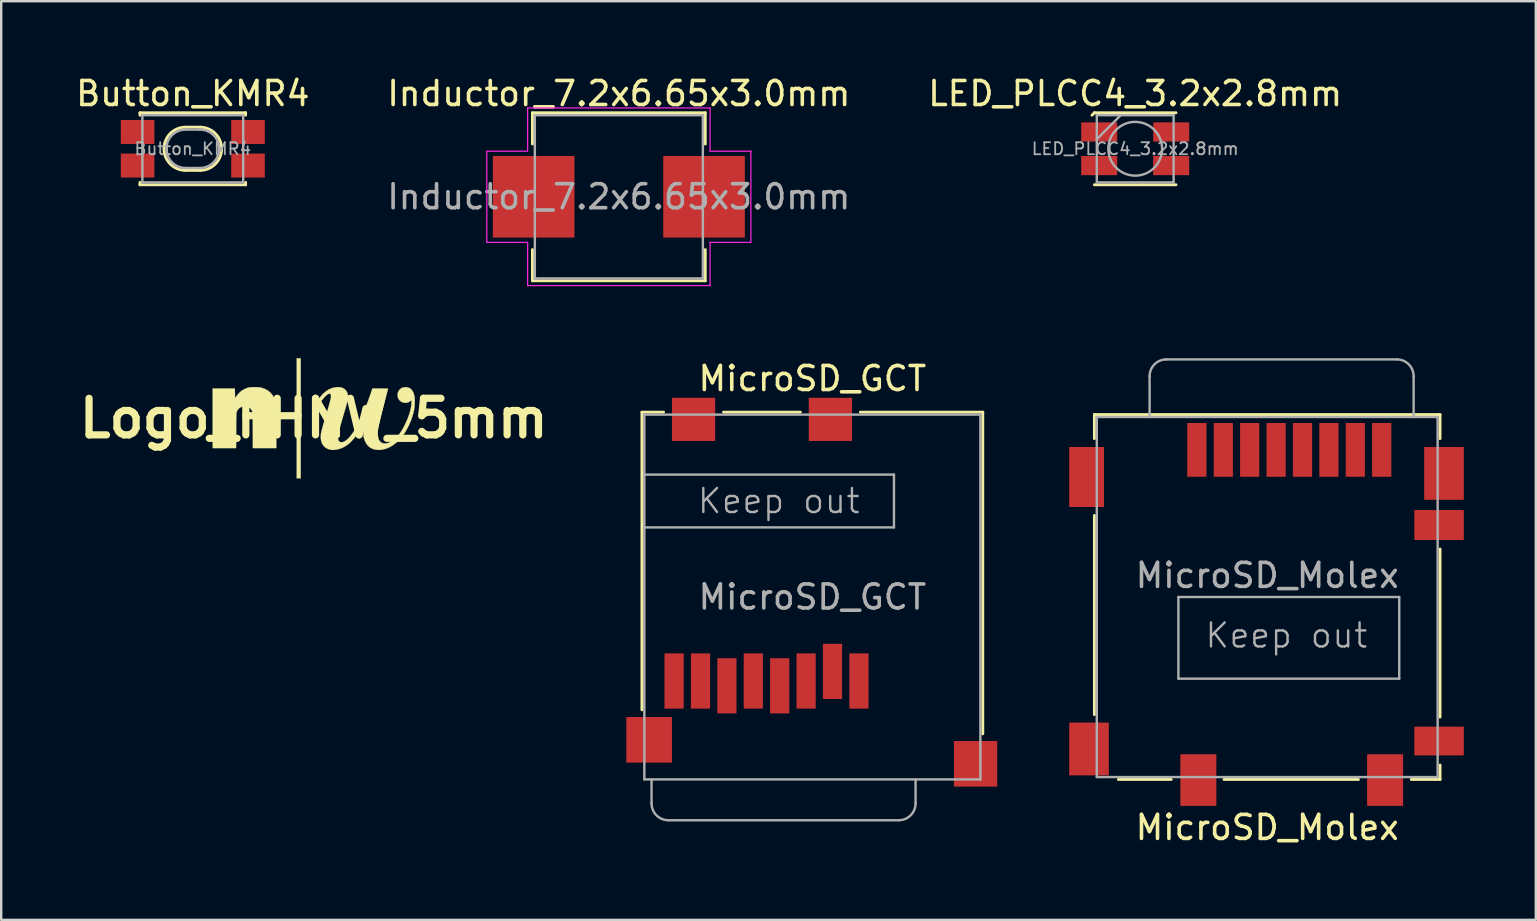
<source format=kicad_pcb>
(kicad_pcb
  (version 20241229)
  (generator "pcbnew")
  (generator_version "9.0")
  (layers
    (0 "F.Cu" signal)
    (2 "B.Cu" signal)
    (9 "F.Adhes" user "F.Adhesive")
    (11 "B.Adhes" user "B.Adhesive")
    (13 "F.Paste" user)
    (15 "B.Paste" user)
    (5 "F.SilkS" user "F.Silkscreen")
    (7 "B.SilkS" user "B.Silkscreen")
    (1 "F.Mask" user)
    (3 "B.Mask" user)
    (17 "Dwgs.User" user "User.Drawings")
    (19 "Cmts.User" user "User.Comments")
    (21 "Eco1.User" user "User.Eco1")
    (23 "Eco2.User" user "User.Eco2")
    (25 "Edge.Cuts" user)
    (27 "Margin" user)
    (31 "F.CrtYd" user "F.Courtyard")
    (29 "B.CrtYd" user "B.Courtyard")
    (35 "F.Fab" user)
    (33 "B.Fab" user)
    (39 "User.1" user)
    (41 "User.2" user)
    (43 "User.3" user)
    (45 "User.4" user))
  (footprint "Button_KMR4"
    (layer "F.Cu")
    (at 4.982 3.148)
    (property "Reference" "Button_KMR4" (at 0 -2.3 0) (layer "F.SilkS") (effects (font (size 1 1) (thickness 0.15))))
    (attr through_hole)
    (fp_line (start -2.2 -1.5) (end 2.2 -1.5) (stroke (width 0.12) (type solid)) (layer "F.SilkS"))
    (fp_line (start -2.2 -1.4) (end -2.2 -1.5) (stroke (width 0.12) (type solid)) (layer "F.SilkS"))
    (fp_line (start -2.2 1.4) (end -2.2 1.5) (stroke (width 0.12) (type solid)) (layer "F.SilkS"))
    (fp_line (start -2.2 1.5) (end 2.2 1.5) (stroke (width 0.12) (type solid)) (layer "F.SilkS"))
    (fp_line (start -0.3 -0.9) (end 0.3 -0.9) (stroke (width 0.12) (type solid)) (layer "F.SilkS"))
    (fp_line (start -0.3 0.9) (end 0.3 0.9) (stroke (width 0.12) (type solid)) (layer "F.SilkS"))
    (fp_line (start 2.2 -1.5) (end 2.2 -1.4) (stroke (width 0.12) (type solid)) (layer "F.SilkS"))
    (fp_line (start 2.2 1.5) (end 2.2 1.4) (stroke (width 0.12) (type solid)) (layer "F.SilkS"))
    (fp_arc (start -0.3 0.9) (mid -1.2 0) (end -0.3 -0.9) (stroke (width 0.12) (type solid)) (layer "F.SilkS"))
    (fp_arc (start 0.3 -0.9) (mid 1.2 0) (end 0.3 0.9) (stroke (width 0.12) (type solid)) (layer "F.SilkS"))
    (fp_line (start -2.1 -1.4) (end 2.1 -1.4) (stroke (width 0.1) (type solid)) (layer "F.Fab"))
    (fp_line (start -2.1 1.4) (end -2.1 -1.4) (stroke (width 0.1) (type solid)) (layer "F.Fab"))
    (fp_line (start -0.3 0.8) (end 0.3 0.8) (stroke (width 0.1) (type solid)) (layer "F.Fab"))
    (fp_line (start 0.3 -0.8) (end -0.3 -0.8) (stroke (width 0.1) (type solid)) (layer "F.Fab"))
    (fp_line (start 2.1 -1.4) (end 2.1 1.4) (stroke (width 0.1) (type solid)) (layer "F.Fab"))
    (fp_line (start 2.1 1.4) (end -2.1 1.4) (stroke (width 0.1) (type solid)) (layer "F.Fab"))
    (fp_arc (start -0.3 0.8) (mid -1.1 0) (end -0.3 -0.8) (stroke (width 0.1) (type solid)) (layer "F.Fab"))
    (fp_arc (start 0.3 -0.8) (mid 1.1 0) (end 0.3 0.8) (stroke (width 0.1) (type solid)) (layer "F.Fab"))
    (fp_text user "${REFERENCE}" (at 0 0 0) (layer "F.Fab") (effects (font (size 0.5 0.5) (thickness 0.075))))
    (pad "1" smd rect (at -2.3 -0.7) (size 1.4 1) (layers "F.Cu" "F.Mask" "F.Paste"))
    (pad "1" smd rect (at 2.3 -0.7) (size 1.4 1) (layers "F.Cu" "F.Mask" "F.Paste"))
    (pad "2" smd rect (at -2.3 0.7) (size 1.4 1) (layers "F.Cu" "F.Mask" "F.Paste"))
    (pad "2" smd rect (at 2.3 0.7) (size 1.4 1) (layers "F.Cu" "F.Mask" "F.Paste")))
  (footprint "MicroSD_GCT"
    (layer "F.Cu")
    (at 30.794 21.822)
    (property "Reference" "MicroSD_GCT" (at 0 -9.1 0) (layer "F.SilkS") (effects (font (size 1 1) (thickness 0.15))))
    (attr through_hole)
    (fp_line (start -7.1 -7.7) (end -6.2 -7.7) (stroke (width 0.12) (type solid)) (layer "F.SilkS"))
    (fp_line (start -7.1 4.7) (end -7.1 -7.7) (stroke (width 0.12) (type solid)) (layer "F.SilkS"))
    (fp_line (start -3.7 -7.7) (end -0.5 -7.7) (stroke (width 0.12) (type solid)) (layer "F.SilkS"))
    (fp_line (start 2 -7.7) (end 7.1 -7.7) (stroke (width 0.12) (type solid)) (layer "F.SilkS"))
    (fp_line (start 7.1 -7.7) (end 7.1 5.7) (stroke (width 0.12) (type solid)) (layer "F.SilkS"))
    (fp_line (start -7 -7.6) (end 7 -7.6) (stroke (width 0.1) (type solid)) (layer "F.Fab"))
    (fp_line (start -7 -5.1) (end 3.4 -5.1) (stroke (width 0.1) (type solid)) (layer "F.Fab"))
    (fp_line (start -7 7.6) (end -7 -7.6) (stroke (width 0.1) (type solid)) (layer "F.Fab"))
    (fp_line (start -6.7 7.6) (end -6.7 8.6) (stroke (width 0.1) (type solid)) (layer "F.Fab"))
    (fp_line (start -6 9.3) (end 3.6 9.3) (stroke (width 0.1) (type solid)) (layer "F.Fab"))
    (fp_line (start 3.4 -5.1) (end 3.4 -2.9) (stroke (width 0.1) (type solid)) (layer "F.Fab"))
    (fp_line (start 3.4 -2.9) (end -7 -2.9) (stroke (width 0.1) (type solid)) (layer "F.Fab"))
    (fp_line (start 4.3 7.6) (end 4.3 8.6) (stroke (width 0.1) (type solid)) (layer "F.Fab"))
    (fp_line (start 7 -7.6) (end 7 7.6) (stroke (width 0.1) (type solid)) (layer "F.Fab"))
    (fp_line (start 7 7.6) (end -7 7.6) (stroke (width 0.1) (type solid)) (layer "F.Fab"))
    (fp_arc (start -6 9.3) (mid -6.494975 9.094975) (end -6.7 8.6) (stroke (width 0.1) (type solid)) (layer "F.Fab"))
    (fp_arc (start 4.3 8.6) (mid 4.094975 9.094975) (end 3.6 9.3) (stroke (width 0.1) (type solid)) (layer "F.Fab"))
    (fp_text user "${REFERENCE}" (at 0 0 0) (layer "F.Fab") (effects (font (size 1 1) (thickness 0.15))))
    (fp_text user "Keep out" (at -1.4 -4 0) (layer "F.Fab") (effects (font (size 1 1) (thickness 0.1))))
    (pad "1" smd rect (at 1.94 3.5) (size 0.8 2.3) (layers "F.Cu" "F.Mask" "F.Paste"))
    (pad "2" smd rect (at 0.84 3.1) (size 0.8 2.3) (layers "F.Cu" "F.Mask" "F.Paste"))
    (pad "3" smd rect (at -0.26 3.5) (size 0.8 2.3) (layers "F.Cu" "F.Mask" "F.Paste"))
    (pad "4" smd rect (at -1.36 3.7) (size 0.8 2.3) (layers "F.Cu" "F.Mask" "F.Paste"))
    (pad "5" smd rect (at -2.46 3.5) (size 0.8 2.3) (layers "F.Cu" "F.Mask" "F.Paste"))
    (pad "6" smd rect (at -3.56 3.7) (size 0.8 2.3) (layers "F.Cu" "F.Mask" "F.Paste"))
    (pad "7" smd rect (at -4.66 3.5) (size 0.8 2.3) (layers "F.Cu" "F.Mask" "F.Paste"))
    (pad "8" smd rect (at -5.76 3.5) (size 0.8 2.3) (layers "F.Cu" "F.Mask" "F.Paste"))
    (pad "9" smd rect (at 0.75 -7.4) (size 1.8 1.8) (layers "F.Cu" "F.Mask" "F.Paste"))
    (pad "10" smd rect (at -4.95 -7.4) (size 1.8 1.8) (layers "F.Cu" "F.Mask" "F.Paste"))
    (pad "11" smd rect (at -6.8 5.95) (size 1.9 1.9) (layers "F.Cu" "F.Mask" "F.Paste"))
    (pad "11" smd rect (at 6.8 6.95) (size 1.8 1.9) (layers "F.Cu" "F.Mask" "F.Paste")))
  (footprint "Logo_FHNW_5mm"
    (layer "F.Cu")
    (at 10.022 14.378)
    (property "Reference" "Logo_FHNW_5mm" (at 0 0 0) (layer "F.SilkS") (effects (font (size 1.524 1.524) (thickness 0.3))))
    (attr through_hole)
    (fp_poly (pts (xy -0.546 2.499) (xy -0.71 2.499) (xy -0.71 -2.499) (xy -0.546 -2.499) (xy -0.546 2.499)) (stroke (width 0.01) (type solid)) (fill yes) (layer "F.SilkS"))
    (fp_poly (pts (xy -2.468 -1.299) (xy -2.383 -1.298) (xy -2.317 -1.296) (xy -2.265 -1.291) (xy -2.22 -1.284) (xy -2.176 -1.274) (xy -2.166 -1.271) (xy -2.026 -1.221) (xy -1.905 -1.153) (xy -1.801 -1.067) (xy -1.714 -0.962) (xy -1.646 -0.84) (xy -1.595 -0.7) (xy -1.59 -0.68) (xy -1.585 -0.662) (xy -1.581 -0.641) (xy -1.578 -0.616) (xy -1.575 -0.586) (xy -1.573 -0.548) (xy -1.571 -0.501) (xy -1.57 -0.442) (xy -1.568 -0.37) (xy -1.567 -0.283) (xy -1.566 -0.179) (xy -1.565 -0.056) (xy -1.565 0.088) (xy -1.564 0.254) (xy -1.564 0.32) (xy -1.559 1.243) (xy -2.537 1.243) (xy -2.54 0.498) (xy -2.544 -0.247) (xy -2.573 -0.311) (xy -2.616 -0.386) (xy -2.668 -0.439) (xy -2.732 -0.474) (xy -2.811 -0.491) (xy -2.874 -0.494) (xy -2.974 -0.485) (xy -3.058 -0.455) (xy -3.126 -0.406) (xy -3.179 -0.337) (xy -3.206 -0.28) (xy -3.211 -0.266) (xy -3.215 -0.248) (xy -3.218 -0.225) (xy -3.221 -0.195) (xy -3.223 -0.156) (xy -3.225 -0.105) (xy -3.227 -0.04) (xy -3.228 0.04) (xy -3.23 0.137) (xy -3.231 0.255) (xy -3.232 0.394) (xy -3.232 0.511) (xy -3.237 1.243) (xy -4.212 1.243) (xy -4.212 -1.243) (xy -3.287 -1.243) (xy -3.283 -1.045) (xy -3.28 -0.846) (xy -3.213 -0.935) (xy -3.121 -1.045) (xy -3.025 -1.133) (xy -2.919 -1.202) (xy -2.799 -1.256) (xy -2.772 -1.265) (xy -2.731 -1.278) (xy -2.696 -1.287) (xy -2.659 -1.293) (xy -2.616 -1.297) (xy -2.56 -1.298) (xy -2.485 -1.299) (xy -2.468 -1.299)) (stroke (width 0.01) (type solid)) (fill yes) (layer "F.SilkS"))
    (fp_poly (pts (xy 1.158 -1.283) (xy 1.246 -1.244) (xy 1.32 -1.185) (xy 1.33 -1.174) (xy 1.375 -1.112) (xy 1.406 -1.042) (xy 1.422 -0.964) (xy 1.424 -0.873) (xy 1.412 -0.768) (xy 1.386 -0.646) (xy 1.357 -0.542) (xy 1.299 -0.342) (xy 1.246 -0.164) (xy 1.201 -0.008) (xy 1.161 0.128) (xy 1.127 0.247) (xy 1.098 0.349) (xy 1.073 0.436) (xy 1.054 0.509) (xy 1.038 0.571) (xy 1.025 0.622) (xy 1.016 0.664) (xy 1.01 0.7) (xy 1.006 0.729) (xy 1.004 0.755) (xy 1.003 0.778) (xy 1.004 0.8) (xy 1.005 0.819) (xy 1.018 0.893) (xy 1.047 0.948) (xy 1.089 0.984) (xy 1.143 0.999) (xy 1.207 0.992) (xy 1.214 0.989) (xy 1.298 0.951) (xy 1.386 0.887) (xy 1.476 0.799) (xy 1.568 0.688) (xy 1.663 0.553) (xy 1.76 0.395) (xy 1.858 0.215) (xy 1.957 0.013) (xy 2.058 -0.21) (xy 2.159 -0.455) (xy 2.252 -0.695) (xy 2.283 -0.782) (xy 2.316 -0.873) (xy 2.347 -0.96) (xy 2.373 -1.036) (xy 2.392 -1.094) (xy 2.44 -1.243) (xy 2.768 -1.243) (xy 2.877 -1.243) (xy 2.965 -1.241) (xy 3.031 -1.239) (xy 3.075 -1.236) (xy 3.095 -1.232) (xy 3.096 -1.231) (xy 3.092 -1.216) (xy 3.083 -1.18) (xy 3.068 -1.124) (xy 3.049 -1.051) (xy 3.026 -0.965) (xy 2.999 -0.866) (xy 2.97 -0.759) (xy 2.951 -0.688) (xy 2.901 -0.506) (xy 2.857 -0.346) (xy 2.82 -0.206) (xy 2.788 -0.085) (xy 2.761 0.021) (xy 2.739 0.113) (xy 2.721 0.193) (xy 2.706 0.264) (xy 2.694 0.326) (xy 2.685 0.384) (xy 2.678 0.438) (xy 2.673 0.491) (xy 2.669 0.545) (xy 2.669 0.552) (xy 2.668 0.683) (xy 2.681 0.794) (xy 2.71 0.886) (xy 2.753 0.957) (xy 2.81 1.009) (xy 2.88 1.04) (xy 2.965 1.049) (xy 3.04 1.041) (xy 3.138 1.014) (xy 3.233 0.967) (xy 3.33 0.899) (xy 3.426 0.812) (xy 3.507 0.726) (xy 3.58 0.636) (xy 3.649 0.535) (xy 3.717 0.42) (xy 3.788 0.286) (xy 3.8 0.26) (xy 3.895 0.051) (xy 3.97 -0.146) (xy 4.024 -0.33) (xy 4.058 -0.5) (xy 4.069 -0.612) (xy 4.071 -0.667) (xy 4.071 -0.712) (xy 4.069 -0.741) (xy 4.067 -0.749) (xy 4.052 -0.741) (xy 4.026 -0.722) (xy 4.017 -0.715) (xy 3.954 -0.673) (xy 3.884 -0.651) (xy 3.819 -0.645) (xy 3.728 -0.656) (xy 3.648 -0.689) (xy 3.582 -0.74) (xy 3.531 -0.806) (xy 3.5 -0.886) (xy 3.489 -0.971) (xy 3.501 -1.059) (xy 3.534 -1.14) (xy 3.587 -1.207) (xy 3.597 -1.216) (xy 3.656 -1.26) (xy 3.717 -1.286) (xy 3.788 -1.298) (xy 3.825 -1.299) (xy 3.918 -1.288) (xy 3.999 -1.256) (xy 4.067 -1.202) (xy 4.123 -1.126) (xy 4.166 -1.028) (xy 4.195 -0.924) (xy 4.205 -0.855) (xy 4.209 -0.767) (xy 4.209 -0.667) (xy 4.204 -0.563) (xy 4.195 -0.459) (xy 4.182 -0.364) (xy 4.174 -0.324) (xy 4.127 -0.138) (xy 4.063 0.051) (xy 3.986 0.24) (xy 3.897 0.421) (xy 3.801 0.588) (xy 3.698 0.737) (xy 3.695 0.74) (xy 3.573 0.884) (xy 3.443 1.009) (xy 3.308 1.114) (xy 3.168 1.198) (xy 3.026 1.26) (xy 2.883 1.3) (xy 2.74 1.317) (xy 2.599 1.309) (xy 2.591 1.308) (xy 2.47 1.278) (xy 2.365 1.229) (xy 2.275 1.159) (xy 2.199 1.07) (xy 2.138 0.959) (xy 2.091 0.828) (xy 2.079 0.783) (xy 2.071 0.739) (xy 2.066 0.691) (xy 2.064 0.631) (xy 2.064 0.553) (xy 2.064 0.546) (xy 2.065 0.461) (xy 2.069 0.39) (xy 2.077 0.324) (xy 2.089 0.253) (xy 2.104 0.178) (xy 2.121 0.097) (xy 2.132 0.038) (xy 2.137 0.001) (xy 2.135 -0.013) (xy 2.128 -0.004) (xy 2.119 0.018) (xy 2.088 0.097) (xy 2.048 0.189) (xy 2.004 0.285) (xy 1.96 0.377) (xy 1.921 0.456) (xy 1.92 0.457) (xy 1.809 0.649) (xy 1.691 0.818) (xy 1.566 0.961) (xy 1.435 1.081) (xy 1.296 1.175) (xy 1.151 1.246) (xy 0.999 1.292) (xy 0.958 1.3) (xy 0.867 1.313) (xy 0.792 1.318) (xy 0.726 1.313) (xy 0.663 1.3) (xy 0.554 1.259) (xy 0.463 1.201) (xy 0.391 1.125) (xy 0.338 1.033) (xy 0.304 0.927) (xy 0.291 0.805) (xy 0.291 0.785) (xy 0.291 0.748) (xy 0.293 0.711) (xy 0.296 0.673) (xy 0.302 0.632) (xy 0.311 0.585) (xy 0.323 0.531) (xy 0.339 0.467) (xy 0.359 0.391) (xy 0.384 0.302) (xy 0.414 0.197) (xy 0.451 0.074) (xy 0.493 -0.069) (xy 0.543 -0.233) (xy 0.547 -0.246) (xy 0.597 -0.414) (xy 0.638 -0.559) (xy 0.671 -0.68) (xy 0.695 -0.778) (xy 0.711 -0.853) (xy 0.718 -0.905) (xy 0.717 -0.933) (xy 0.707 -0.981) (xy 0.699 -1.009) (xy 0.69 -1.023) (xy 0.676 -1.027) (xy 0.655 -1.028) (xy 0.61 -1.016) (xy 0.555 -0.984) (xy 0.493 -0.931) (xy 0.426 -0.861) (xy 0.355 -0.774) (xy 0.281 -0.673) (xy 0.257 -0.636) (xy 0.158 -0.486) (xy 0.063 -0.546) (xy 0.091 -0.6) (xy 0.183 -0.763) (xy 0.285 -0.906) (xy 0.395 -1.029) (xy 0.511 -1.129) (xy 0.634 -1.206) (xy 0.761 -1.26) (xy 0.807 -1.273) (xy 0.938 -1.297) (xy 1.055 -1.3) (xy 1.158 -1.283)) (stroke (width 0.01) (type solid)) (fill yes) (layer "F.SilkS")))
  (footprint "MicroSD_Molex"
    (layer "F.Cu")
    (at 49.744 21.823)
    (property "Reference" "MicroSD_Molex" (at 0 9.6 0) (layer "F.SilkS") (effects (font (size 1 1) (thickness 0.15))))
    (attr through_hole)
    (fp_line (start -7.2 -7.6) (end -7.2 -6.6) (stroke (width 0.12) (type solid)) (layer "F.SilkS"))
    (fp_line (start -7.2 4.9) (end -7.2 -3.4) (stroke (width 0.12) (type solid)) (layer "F.SilkS"))
    (fp_line (start -4 7.6) (end -6.2 7.6) (stroke (width 0.12) (type solid)) (layer "F.SilkS"))
    (fp_line (start 3.8 7.6) (end -1.8 7.6) (stroke (width 0.12) (type solid)) (layer "F.SilkS"))
    (fp_line (start 7.2 -7.6) (end -7.2 -7.6) (stroke (width 0.12) (type solid)) (layer "F.SilkS"))
    (fp_line (start 7.2 -7.6) (end 7.2 -6.6) (stroke (width 0.12) (type solid)) (layer "F.SilkS"))
    (fp_line (start 7.2 -2) (end 7.2 5) (stroke (width 0.12) (type solid)) (layer "F.SilkS"))
    (fp_line (start 7.2 7) (end 7.2 7.6) (stroke (width 0.12) (type solid)) (layer "F.SilkS"))
    (fp_line (start 7.2 7.6) (end 6 7.6) (stroke (width 0.12) (type solid)) (layer "F.SilkS"))
    (fp_line (start -7.1 -7.5) (end 7.1 -7.5) (stroke (width 0.1) (type solid)) (layer "F.Fab"))
    (fp_line (start -7.1 7.5) (end -7.1 -7.5) (stroke (width 0.1) (type solid)) (layer "F.Fab"))
    (fp_line (start -4.9 -7.5) (end -4.9 -9.2) (stroke (width 0.1) (type solid)) (layer "F.Fab"))
    (fp_line (start -3.7 0) (end 5.5 0) (stroke (width 0.1) (type solid)) (layer "F.Fab"))
    (fp_line (start -3.7 3.4) (end -3.7 0) (stroke (width 0.1) (type solid)) (layer "F.Fab"))
    (fp_line (start 5.4 -9.9) (end -4.2 -9.9) (stroke (width 0.1) (type solid)) (layer "F.Fab"))
    (fp_line (start 5.5 3.4) (end -3.7 3.4) (stroke (width 0.1) (type solid)) (layer "F.Fab"))
    (fp_line (start 5.5 3.4) (end 5.5 0) (stroke (width 0.1) (type solid)) (layer "F.Fab"))
    (fp_line (start 6.1 -7.5) (end 6.1 -9.2) (stroke (width 0.1) (type solid)) (layer "F.Fab"))
    (fp_line (start 7.1 -7.5) (end 7.1 7.5) (stroke (width 0.1) (type solid)) (layer "F.Fab"))
    (fp_line (start 7.1 7.5) (end -7.1 7.5) (stroke (width 0.1) (type solid)) (layer "F.Fab"))
    (fp_arc (start -4.9 -9.2) (mid -4.694975 -9.694975) (end -4.2 -9.9) (stroke (width 0.1) (type solid)) (layer "F.Fab"))
    (fp_arc (start 5.4 -9.9) (mid 5.894975 -9.694975) (end 6.1 -9.2) (stroke (width 0.1) (type solid)) (layer "F.Fab"))
    (fp_text user "Keep out" (at 0.8 1.6 180) (layer "F.Fab") (effects (font (size 1 1) (thickness 0.1))))
    (fp_text user "${REFERENCE}" (at 0 -0.9 0) (layer "F.Fab") (effects (font (size 1 1) (thickness 0.15))))
    (pad "1" smd rect (at -2.93 -6.13 180) (size 0.8 2.24) (layers "F.Cu" "F.Mask" "F.Paste"))
    (pad "2" smd rect (at -1.83 -6.13 180) (size 0.8 2.24) (layers "F.Cu" "F.Mask" "F.Paste"))
    (pad "3" smd rect (at -0.73 -6.13 180) (size 0.8 2.24) (layers "F.Cu" "F.Mask" "F.Paste"))
    (pad "4" smd rect (at 0.37 -6.13 180) (size 0.8 2.24) (layers "F.Cu" "F.Mask" "F.Paste"))
    (pad "5" smd rect (at 1.47 -6.13 180) (size 0.8 2.24) (layers "F.Cu" "F.Mask" "F.Paste"))
    (pad "6" smd rect (at 2.57 -6.13 180) (size 0.8 2.24) (layers "F.Cu" "F.Mask" "F.Paste"))
    (pad "7" smd rect (at 3.67 -6.13 180) (size 0.8 2.24) (layers "F.Cu" "F.Mask" "F.Paste"))
    (pad "8" smd rect (at 4.77 -6.13 180) (size 0.8 2.24) (layers "F.Cu" "F.Mask" "F.Paste"))
    (pad "9" smd rect (at 7.16 -3 180) (size 2.06 1.25) (layers "F.Cu" "F.Mask" "F.Paste"))
    (pad "10" smd rect (at 7.16 6 180) (size 2.06 1.2) (layers "F.Cu" "F.Mask" "F.Paste"))
    (pad "11" smd rect (at -7.525 -5 180) (size 1.45 2.5) (layers "F.Cu" "F.Mask" "F.Paste"))
    (pad "11" smd rect (at -7.425 6.33 180) (size 1.65 2.2) (layers "F.Cu" "F.Mask" "F.Paste"))
    (pad "11" smd rect (at -2.87 7.625 180) (size 1.5 2.15) (layers "F.Cu" "F.Mask" "F.Paste"))
    (pad "11" smd rect (at 4.91 7.625 180) (size 1.5 2.15) (layers "F.Cu" "F.Mask" "F.Paste"))
    (pad "11" smd rect (at 7.365 -5.15 180) (size 1.65 2.2) (layers "F.Cu" "F.Mask" "F.Paste")))
  (footprint "LED_PLCC4_3.2x2.8mm"
    (layer "F.Cu")
    (at 44.244 3.148)
    (property "Reference" "LED_PLCC4_3.2x2.8mm" (at 0 -2.3 180) (layer "F.SilkS") (effects (font (size 1 1) (thickness 0.15))))
    (attr smd)
    (fp_line (start -1.8 -1.4) (end -1.7 -1.5) (stroke (width 0.12) (type solid)) (layer "F.SilkS"))
    (fp_line (start -1.7 -1.5) (end 1.7 -1.5) (stroke (width 0.12) (type solid)) (layer "F.SilkS"))
    (fp_line (start -1.7 1.5) (end 1.7 1.5) (stroke (width 0.12) (type solid)) (layer "F.SilkS"))
    (fp_line (start -1.6 -1.4) (end -1.6 1.4) (stroke (width 0.1) (type solid)) (layer "F.Fab"))
    (fp_line (start -1.6 1.4) (end 1.6 1.4) (stroke (width 0.1) (type solid)) (layer "F.Fab"))
    (fp_line (start -0.6 -1.4) (end -1.6 -0.4) (stroke (width 0.1) (type solid)) (layer "F.Fab"))
    (fp_line (start 1.6 -1.4) (end -1.6 -1.4) (stroke (width 0.1) (type solid)) (layer "F.Fab"))
    (fp_line (start 1.6 1.4) (end 1.6 -1.4) (stroke (width 0.1) (type solid)) (layer "F.Fab"))
    (fp_circle (center 0 0) (end 1.12 0) (stroke (width 0.1) (type solid)) (fill no) (layer "F.Fab"))
    (fp_text user "${REFERENCE}" (at 0 0 180) (layer "F.Fab") (effects (font (size 0.5 0.5) (thickness 0.075))))
    (pad "1" smd rect (at -1.5 -0.7) (size 1.5 0.8) (layers "F.Cu" "F.Mask" "F.Paste"))
    (pad "2" smd rect (at -1.5 0.7) (size 1.5 0.8) (layers "F.Cu" "F.Mask" "F.Paste"))
    (pad "3" smd rect (at 1.5 0.7) (size 1.5 0.8) (layers "F.Cu" "F.Mask" "F.Paste"))
    (pad "4" smd rect (at 1.5 -0.7) (size 1.5 0.8) (layers "F.Cu" "F.Mask" "F.Paste")))
  (footprint "Inductor_7.2x6.65x3.0mm"
    (layer "F.Cu")
    (at 22.732 5.148)
    (property "Reference" "Inductor_7.2x6.65x3.0mm" (at 0 -4.3 0) (layer "F.SilkS") (effects (font (size 1 1) (thickness 0.15))))
    (attr through_hole)
    (fp_line (start -3.6 -3.5) (end 3.6 -3.5) (stroke (width 0.12) (type solid)) (layer "F.SilkS"))
    (fp_line (start -3.6 -2.2) (end -3.6 -3.5) (stroke (width 0.12) (type solid)) (layer "F.SilkS"))
    (fp_line (start -3.6 3.5) (end -3.6 2.2) (stroke (width 0.12) (type solid)) (layer "F.SilkS"))
    (fp_line (start 3.6 -3.5) (end 3.6 -2.2) (stroke (width 0.12) (type solid)) (layer "F.SilkS"))
    (fp_line (start 3.6 2.2) (end 3.6 3.5) (stroke (width 0.12) (type solid)) (layer "F.SilkS"))
    (fp_line (start 3.6 3.5) (end -3.6 3.5) (stroke (width 0.12) (type solid)) (layer "F.SilkS"))
    (fp_line (start -5.5 -1.9) (end -5.5 1.9) (stroke (width 0.05) (type solid)) (layer "F.CrtYd"))
    (fp_line (start -5.5 1.9) (end -3.8 1.9) (stroke (width 0.05) (type solid)) (layer "F.CrtYd"))
    (fp_line (start -3.8 -3.7) (end -3.8 -1.9) (stroke (width 0.05) (type solid)) (layer "F.CrtYd"))
    (fp_line (start -3.8 -1.9) (end -5.5 -1.9) (stroke (width 0.05) (type solid)) (layer "F.CrtYd"))
    (fp_line (start -3.8 1.9) (end -3.8 3.7) (stroke (width 0.05) (type solid)) (layer "F.CrtYd"))
    (fp_line (start -3.8 3.7) (end 3.8 3.7) (stroke (width 0.05) (type solid)) (layer "F.CrtYd"))
    (fp_line (start 3.8 -3.7) (end -3.8 -3.7) (stroke (width 0.05) (type solid)) (layer "F.CrtYd"))
    (fp_line (start 3.8 -1.9) (end 3.8 -3.7) (stroke (width 0.05) (type solid)) (layer "F.CrtYd"))
    (fp_line (start 3.8 1.9) (end 5.5 1.9) (stroke (width 0.05) (type solid)) (layer "F.CrtYd"))
    (fp_line (start 3.8 3.7) (end 3.8 1.9) (stroke (width 0.05) (type solid)) (layer "F.CrtYd"))
    (fp_line (start 5.5 -1.9) (end 3.8 -1.9) (stroke (width 0.05) (type solid)) (layer "F.CrtYd"))
    (fp_line (start 5.5 1.9) (end 5.5 -1.9) (stroke (width 0.05) (type solid)) (layer "F.CrtYd"))
    (fp_line (start -3.5 -3.4) (end 3.5 -3.4) (stroke (width 0.1) (type solid)) (layer "F.Fab"))
    (fp_line (start -3.5 3.4) (end -3.5 -3.4) (stroke (width 0.1) (type solid)) (layer "F.Fab"))
    (fp_line (start 3.5 -3.4) (end 3.5 3.4) (stroke (width 0.1) (type solid)) (layer "F.Fab"))
    (fp_line (start 3.5 3.4) (end -3.5 3.4) (stroke (width 0.1) (type solid)) (layer "F.Fab"))
    (fp_text user "${REFERENCE}" (at 0 0 0) (layer "F.Fab") (effects (font (size 1 1) (thickness 0.15))))
    (pad "1" smd rect (at -3.55 0) (size 3.4 3.4) (layers "F.Cu" "F.Mask" "F.Paste"))
    (pad "2" smd rect (at 3.55 0) (size 3.4 3.4) (layers "F.Cu" "F.Mask" "F.Paste")))
  (gr_rect
    (start -3 -3)
    (end 60.934 35.272)
    (stroke (width 0.1) (type default))
    (fill no)
    (layer "Edge.Cuts")))
</source>
